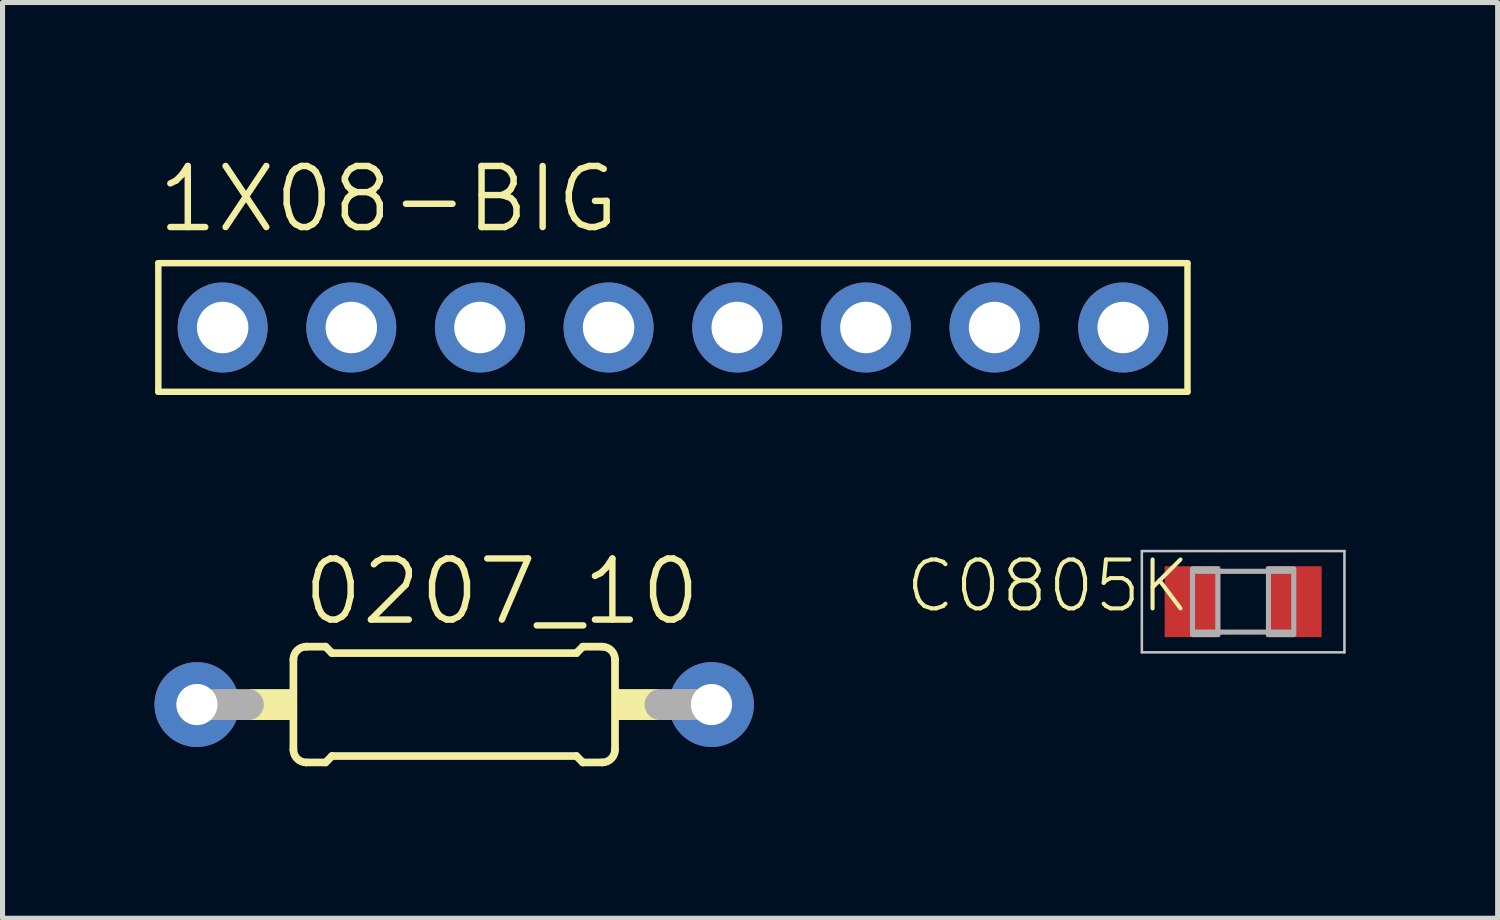
<source format=kicad_pcb>
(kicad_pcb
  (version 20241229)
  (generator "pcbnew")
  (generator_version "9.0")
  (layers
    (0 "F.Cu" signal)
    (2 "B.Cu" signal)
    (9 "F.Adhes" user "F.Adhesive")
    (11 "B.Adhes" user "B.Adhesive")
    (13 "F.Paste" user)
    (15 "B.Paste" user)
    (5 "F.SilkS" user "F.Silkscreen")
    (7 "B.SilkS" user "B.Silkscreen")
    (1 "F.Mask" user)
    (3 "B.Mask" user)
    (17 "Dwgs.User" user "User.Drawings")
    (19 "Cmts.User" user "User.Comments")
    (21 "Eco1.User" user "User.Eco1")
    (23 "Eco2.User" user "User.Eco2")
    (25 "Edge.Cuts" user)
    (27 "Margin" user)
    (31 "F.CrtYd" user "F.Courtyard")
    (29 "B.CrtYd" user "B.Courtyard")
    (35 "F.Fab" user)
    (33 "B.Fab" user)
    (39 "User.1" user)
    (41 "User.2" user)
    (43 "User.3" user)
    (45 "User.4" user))
  (footprint "0207_10"
    (layer "F.Cu")
    (at 5.918 10.861)
    (property "Reference" "0207_10" (at -3.048 -1.524 0) (layer "F.SilkS") (effects (font (size 1.206 1.206) (thickness 0.127)) (justify left bottom)))
    (attr through_hole)
    (fp_line (start -3.175 0.889) (end -3.175 -0.889) (stroke (width 0.152) (type solid)) (layer "F.SilkS"))
    (fp_line (start -2.921 -1.143) (end -2.54 -1.143) (stroke (width 0.152) (type solid)) (layer "F.SilkS"))
    (fp_line (start -2.921 1.143) (end -2.54 1.143) (stroke (width 0.152) (type solid)) (layer "F.SilkS"))
    (fp_line (start -2.413 -1.016) (end -2.54 -1.143) (stroke (width 0.152) (type solid)) (layer "F.SilkS"))
    (fp_line (start -2.413 1.016) (end -2.54 1.143) (stroke (width 0.152) (type solid)) (layer "F.SilkS"))
    (fp_line (start 2.413 -1.016) (end -2.413 -1.016) (stroke (width 0.152) (type solid)) (layer "F.SilkS"))
    (fp_line (start 2.413 -1.016) (end 2.54 -1.143) (stroke (width 0.152) (type solid)) (layer "F.SilkS"))
    (fp_line (start 2.413 1.016) (end -2.413 1.016) (stroke (width 0.152) (type solid)) (layer "F.SilkS"))
    (fp_line (start 2.413 1.016) (end 2.54 1.143) (stroke (width 0.152) (type solid)) (layer "F.SilkS"))
    (fp_line (start 2.921 -1.143) (end 2.54 -1.143) (stroke (width 0.152) (type solid)) (layer "F.SilkS"))
    (fp_line (start 2.921 1.143) (end 2.54 1.143) (stroke (width 0.152) (type solid)) (layer "F.SilkS"))
    (fp_line (start 3.175 0.889) (end 3.175 -0.889) (stroke (width 0.152) (type solid)) (layer "F.SilkS"))
    (fp_arc (start -3.175 -0.889) (mid -3.100605 -1.068605) (end -2.921 -1.143) (stroke (width 0.1524) (type solid)) (layer "F.SilkS"))
    (fp_arc (start -2.921 1.143) (mid -3.100605 1.068605) (end -3.175 0.889) (stroke (width 0.1524) (type solid)) (layer "F.SilkS"))
    (fp_arc (start 2.921 -1.143) (mid 3.100605 -1.068605) (end 3.175 -0.889) (stroke (width 0.1524) (type solid)) (layer "F.SilkS"))
    (fp_arc (start 3.175 0.889) (mid 3.100605 1.068605) (end 2.921 1.143) (stroke (width 0.1524) (type solid)) (layer "F.SilkS"))
    (fp_poly (pts (xy -4.039 0.305) (xy -3.175 0.305) (xy -3.175 -0.305) (xy -4.039 -0.305)) (stroke (width 0) (type solid)) (fill yes) (layer "F.SilkS"))
    (fp_poly (pts (xy 3.175 0.305) (xy 4.039 0.305) (xy 4.039 -0.305) (xy 3.175 -0.305)) (stroke (width 0) (type solid)) (fill yes) (layer "F.SilkS"))
    (fp_line (start -5.08 0) (end -4.064 0) (stroke (width 0.61) (type solid)) (layer "F.Fab"))
    (fp_line (start 5.08 0) (end 4.064 0) (stroke (width 0.61) (type solid)) (layer "F.Fab"))
    (pad "1" thru_hole circle (at -5.08 0) (size 1.676 1.676) (drill 0.813) (layers "*.Cu" "*.Mask"))
    (pad "2" thru_hole circle (at 5.08 0) (size 1.676 1.676) (drill 0.813) (layers "*.Cu" "*.Mask")))
  (footprint "1X08-BIG"
    (layer "F.Cu")
    (at 10.236 3.416)
    (property "Reference" "1X08-BIG" (at -10.236 -1.829 0) (layer "F.SilkS") (effects (font (size 1.206 1.206) (thickness 0.127)) (justify left bottom)))
    (attr through_hole)
    (fp_line (start -10.16 -1.27) (end 10.16 -1.27) (stroke (width 0.127) (type solid)) (layer "F.SilkS"))
    (fp_line (start -10.16 1.27) (end -10.16 -1.27) (stroke (width 0.127) (type solid)) (layer "F.SilkS"))
    (fp_line (start 10.16 -1.27) (end 10.16 1.27) (stroke (width 0.127) (type solid)) (layer "F.SilkS"))
    (fp_line (start 10.16 1.27) (end -10.16 1.27) (stroke (width 0.127) (type solid)) (layer "F.SilkS"))
    (fp_poly (pts (xy -9.144 0.254) (xy -8.636 0.254) (xy -8.636 -0.254) (xy -9.144 -0.254)) (stroke (width 0.1) (type solid)) (fill no) (layer "F.Fab"))
    (fp_poly (pts (xy -6.604 0.254) (xy -6.096 0.254) (xy -6.096 -0.254) (xy -6.604 -0.254)) (stroke (width 0.1) (type solid)) (fill no) (layer "F.Fab"))
    (fp_poly (pts (xy -4.064 0.254) (xy -3.556 0.254) (xy -3.556 -0.254) (xy -4.064 -0.254)) (stroke (width 0.1) (type solid)) (fill no) (layer "F.Fab"))
    (fp_poly (pts (xy -1.524 0.254) (xy -1.016 0.254) (xy -1.016 -0.254) (xy -1.524 -0.254)) (stroke (width 0.1) (type solid)) (fill no) (layer "F.Fab"))
    (fp_poly (pts (xy 1.016 0.254) (xy 1.524 0.254) (xy 1.524 -0.254) (xy 1.016 -0.254)) (stroke (width 0.1) (type solid)) (fill no) (layer "F.Fab"))
    (fp_poly (pts (xy 3.556 0.254) (xy 4.064 0.254) (xy 4.064 -0.254) (xy 3.556 -0.254)) (stroke (width 0.1) (type solid)) (fill no) (layer "F.Fab"))
    (fp_poly (pts (xy 6.096 0.254) (xy 6.604 0.254) (xy 6.604 -0.254) (xy 6.096 -0.254)) (stroke (width 0.1) (type solid)) (fill no) (layer "F.Fab"))
    (fp_poly (pts (xy 8.636 0.254) (xy 9.144 0.254) (xy 9.144 -0.254) (xy 8.636 -0.254)) (stroke (width 0.1) (type solid)) (fill no) (layer "F.Fab"))
    (pad "1" thru_hole circle (at -8.89 0 90) (size 1.778 1.778) (drill 1.016) (layers "*.Cu" "*.Mask"))
    (pad "2" thru_hole circle (at -6.35 0 90) (size 1.778 1.778) (drill 1.016) (layers "*.Cu" "*.Mask"))
    (pad "3" thru_hole circle (at -3.81 0 90) (size 1.778 1.778) (drill 1.016) (layers "*.Cu" "*.Mask"))
    (pad "4" thru_hole circle (at -1.27 0 90) (size 1.778 1.778) (drill 1.016) (layers "*.Cu" "*.Mask"))
    (pad "5" thru_hole circle (at 1.27 0 90) (size 1.778 1.778) (drill 1.016) (layers "*.Cu" "*.Mask"))
    (pad "6" thru_hole circle (at 3.81 0 90) (size 1.778 1.778) (drill 1.016) (layers "*.Cu" "*.Mask"))
    (pad "7" thru_hole circle (at 6.35 0 90) (size 1.778 1.778) (drill 1.016) (layers "*.Cu" "*.Mask"))
    (pad "8" thru_hole circle (at 8.89 0 90) (size 1.778 1.778) (drill 1.016) (layers "*.Cu" "*.Mask")))
  (footprint "C0805K"
    (layer "F.Cu")
    (at 21.495 8.83)
    (property "Reference" "C0805K" (at -1 -0.875 0) (layer "F.SilkS") (effects (font (size 0.965 0.965) (thickness 0.081)) (justify right top)))
    (attr through_hole)
    (fp_line (start -2 -1) (end 2 -1) (stroke (width 0.05) (type solid)) (layer "Dwgs.User"))
    (fp_line (start -2 1) (end -2 -1) (stroke (width 0.05) (type solid)) (layer "Dwgs.User"))
    (fp_line (start 2 -1) (end 2 1) (stroke (width 0.05) (type solid)) (layer "Dwgs.User"))
    (fp_line (start 2 1) (end -2 1) (stroke (width 0.05) (type solid)) (layer "Dwgs.User"))
    (fp_line (start -0.925 -0.6) (end 0.925 -0.6) (stroke (width 0.102) (type solid)) (layer "F.Fab"))
    (fp_line (start 0.925 0.6) (end -0.925 0.6) (stroke (width 0.102) (type solid)) (layer "F.Fab"))
    (fp_poly (pts (xy -1 0.65) (xy -0.5 0.65) (xy -0.5 -0.65) (xy -1 -0.65)) (stroke (width 0.1) (type solid)) (fill no) (layer "F.Fab"))
    (fp_poly (pts (xy 0.5 0.65) (xy 1 0.65) (xy 1 -0.65) (xy 0.5 -0.65)) (stroke (width 0.1) (type solid)) (fill no) (layer "F.Fab"))
    (pad "1" smd rect (at -1 0) (size 1.1 1.4) (layers "F.Cu" "F.Mask" "F.Paste"))
    (pad "2" smd rect (at 1 0) (size 1.1 1.4) (layers "F.Cu" "F.Mask" "F.Paste")))
  (gr_rect
    (start -3 -3)
    (end 26.52 15.081)
    (stroke (width 0.1) (type default))
    (fill no)
    (layer "Edge.Cuts")))
</source>
